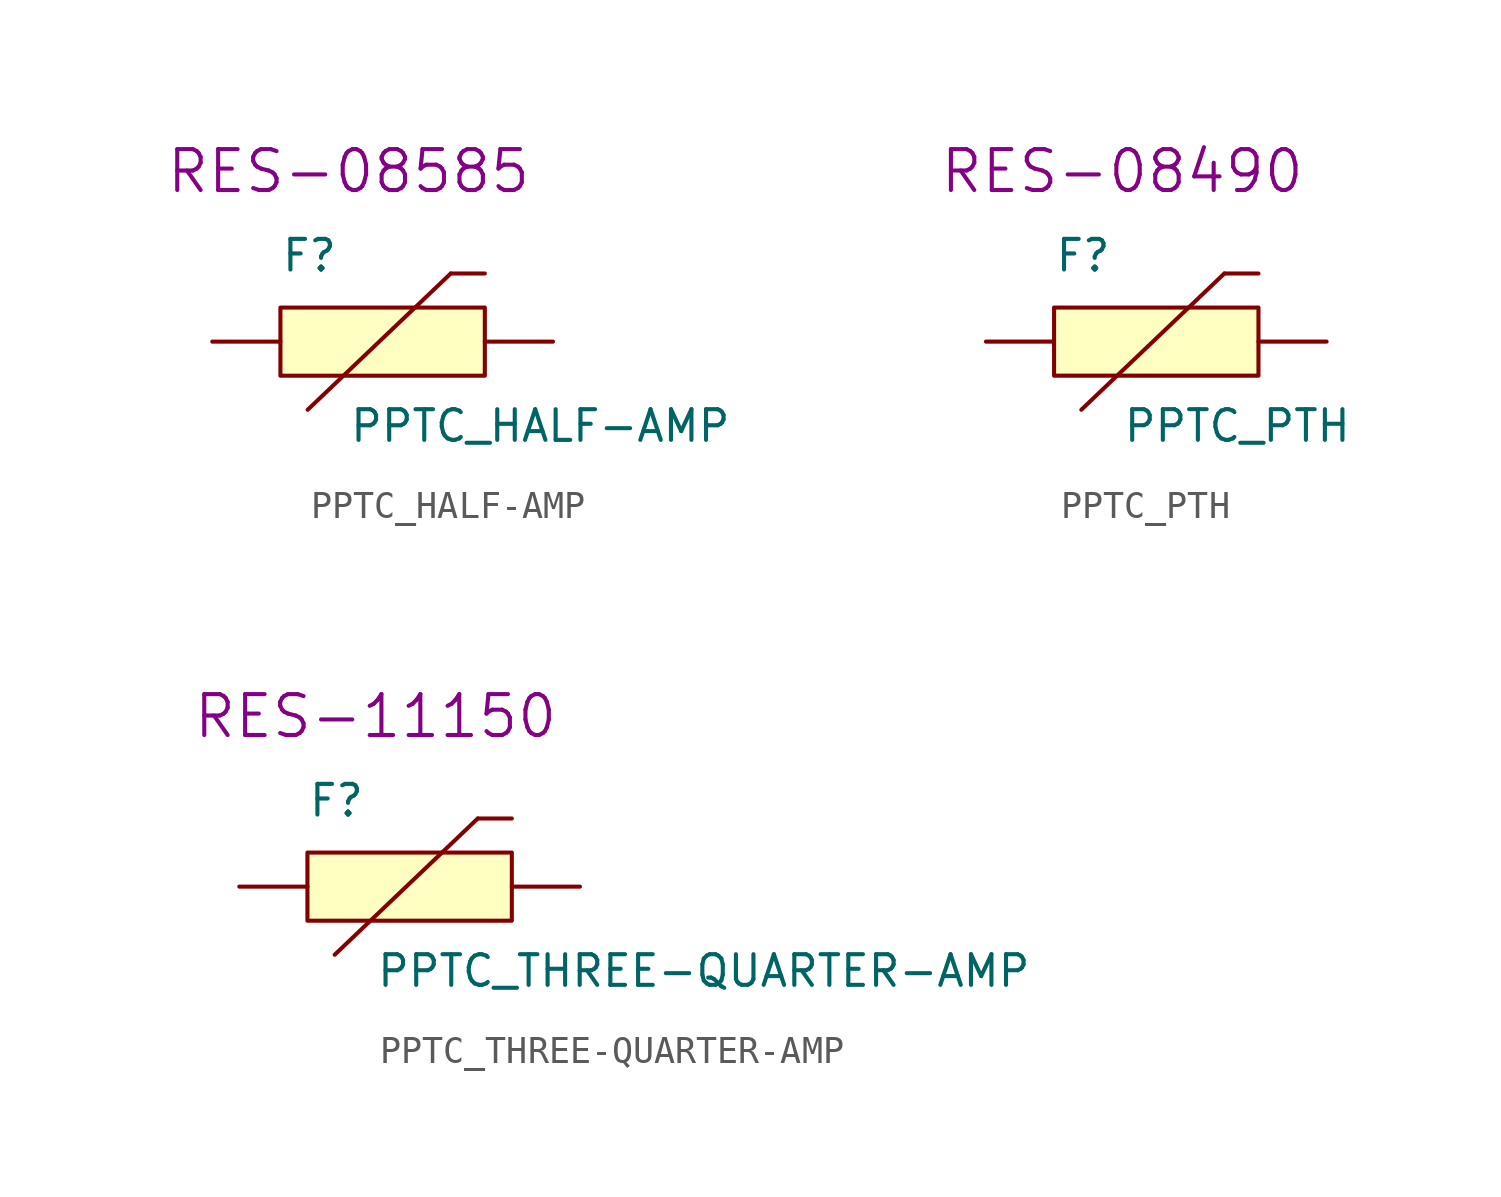
<source format=kicad_sym>
(kicad_symbol_lib
  (version 20220914)
  (generator kicad_symbol_editor)
  (symbol "PPTC_HALF-AMP"
    (pin_numbers hide)
    (pin_names
      (offset 1.016) hide)
    (property "Reference" "F"
      (at -2.54 2.54 0)
      (effects (font (size 1.143 1.143)) (justify left bottom)))
    (property "Value" "PPTC_HALF-AMP"
      (at 0 -3.81 0)
      (effects (font (size 1.143 1.143)) (justify left bottom)))
    (property "Field4" "RES-08585"
      (at 0 6.35 0)
      (effects (font (size 1.524 1.524))))
    (property "ki_locked" ""
      (at 0 0 0)
      (effects (font (size 1.27 1.27))))
    (symbol "PPTC_HALF-AMP_1_0"
      (polyline (pts (xy -1.524 -2.54) (xy 3.81 2.54)) (stroke (width 0) (type solid)) (fill (type none)))
      (polyline (pts (xy 3.81 2.54) (xy 5.08 2.54)) (stroke (width 0) (type solid)) (fill (type none))))
    (symbol "PPTC_HALF-AMP_1_1"
      (polyline (pts (xy 5.08 1.27) (xy 5.08 -1.27) (xy -2.54 -1.27) (xy -2.54 1.27) (xy 5.08 1.27)) (stroke (width 0) (type solid)) (fill (type background)))
      (pin bidirectional line (at -5.08 0 0) (length 2.54) (name "1" (effects (font (size 1.016 1.016)))) (number "1" (effects (font (size 1.016 1.016)))))
      (pin bidirectional line (at 7.62 0 180) (length 2.54) (name "2" (effects (font (size 1.016 1.016)))) (number "2" (effects (font (size 1.016 1.016)))))))
  (symbol "PPTC_PTH"
    (pin_numbers hide)
    (pin_names
      (offset 1.016) hide)
    (property "Reference" "F"
      (at -2.54 2.54 0)
      (effects (font (size 1.143 1.143)) (justify left bottom)))
    (property "Value" "PPTC_PTH"
      (at 0 -3.81 0)
      (effects (font (size 1.143 1.143)) (justify left bottom)))
    (property "Field4" "RES-08490"
      (at 0 6.35 0)
      (effects (font (size 1.524 1.524))))
    (property "ki_locked" ""
      (at 0 0 0)
      (effects (font (size 1.27 1.27))))
    (symbol "PPTC_PTH_1_0"
      (polyline (pts (xy -1.524 -2.54) (xy 3.81 2.54)) (stroke (width 0) (type solid)) (fill (type none)))
      (polyline (pts (xy 3.81 2.54) (xy 5.08 2.54)) (stroke (width 0) (type solid)) (fill (type none))))
    (symbol "PPTC_PTH_1_1"
      (polyline (pts (xy 5.08 1.27) (xy 5.08 -1.27) (xy -2.54 -1.27) (xy -2.54 1.27) (xy 5.08 1.27)) (stroke (width 0) (type solid)) (fill (type background)))
      (pin bidirectional line (at -5.08 0 0) (length 2.54) (name "1" (effects (font (size 1.016 1.016)))) (number "P$1" (effects (font (size 1.016 1.016)))))
      (pin bidirectional line (at 7.62 0 180) (length 2.54) (name "2" (effects (font (size 1.016 1.016)))) (number "P$2" (effects (font (size 1.016 1.016)))))))
  (symbol "PPTC_THREE-QUARTER-AMP"
    (pin_numbers hide)
    (pin_names
      (offset 1.016) hide)
    (property "Reference" "F"
      (at -2.54 2.54 0)
      (effects (font (size 1.143 1.143)) (justify left bottom)))
    (property "Value" "PPTC_THREE-QUARTER-AMP"
      (at 0 -3.81 0)
      (effects (font (size 1.143 1.143)) (justify left bottom)))
    (property "Field4" "RES-11150"
      (at 0 6.35 0)
      (effects (font (size 1.524 1.524))))
    (property "ki_locked" ""
      (at 0 0 0)
      (effects (font (size 1.27 1.27))))
    (symbol "PPTC_THREE-QUARTER-AMP_1_0"
      (polyline (pts (xy -1.524 -2.54) (xy 3.81 2.54)) (stroke (width 0) (type solid)) (fill (type none)))
      (polyline (pts (xy 3.81 2.54) (xy 5.08 2.54)) (stroke (width 0) (type solid)) (fill (type none))))
    (symbol "PPTC_THREE-QUARTER-AMP_1_1"
      (polyline (pts (xy 5.08 1.27) (xy 5.08 -1.27) (xy -2.54 -1.27) (xy -2.54 1.27) (xy 5.08 1.27)) (stroke (width 0) (type solid)) (fill (type background)))
      (pin bidirectional line (at -5.08 0 0) (length 2.54) (name "1" (effects (font (size 1.016 1.016)))) (number "1" (effects (font (size 1.016 1.016)))))
      (pin bidirectional line (at 7.62 0 180) (length 2.54) (name "2" (effects (font (size 1.016 1.016)))) (number "2" (effects (font (size 1.016 1.016))))))))
</source>
